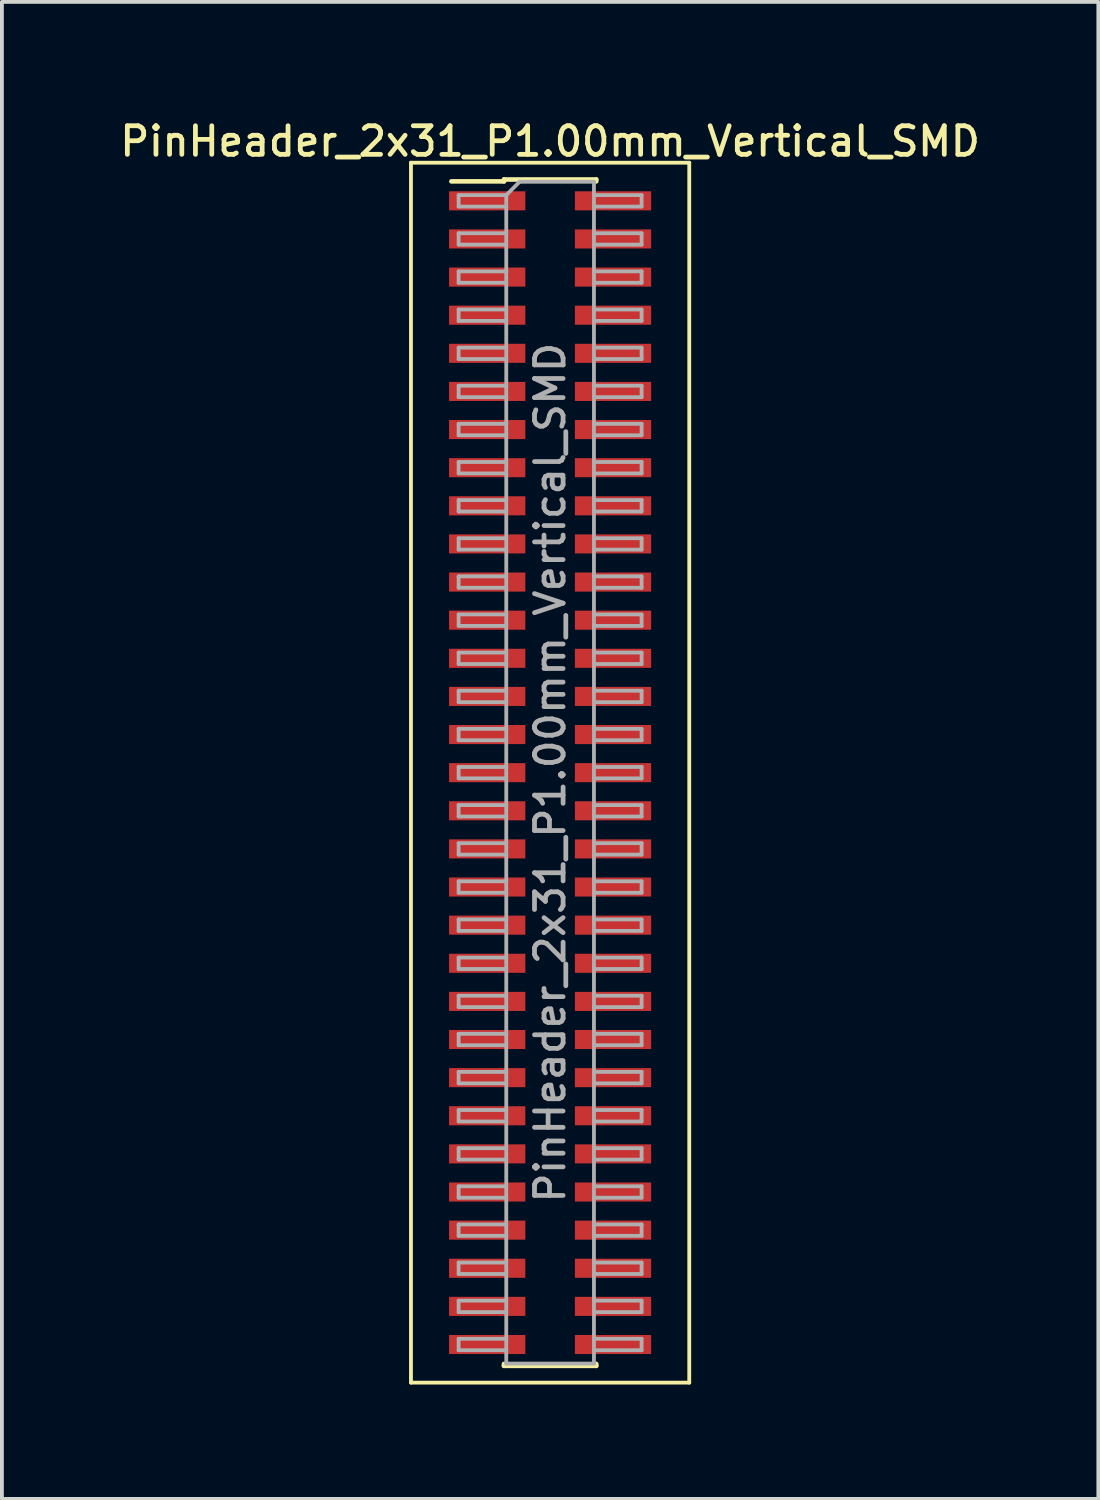
<source format=kicad_pcb>
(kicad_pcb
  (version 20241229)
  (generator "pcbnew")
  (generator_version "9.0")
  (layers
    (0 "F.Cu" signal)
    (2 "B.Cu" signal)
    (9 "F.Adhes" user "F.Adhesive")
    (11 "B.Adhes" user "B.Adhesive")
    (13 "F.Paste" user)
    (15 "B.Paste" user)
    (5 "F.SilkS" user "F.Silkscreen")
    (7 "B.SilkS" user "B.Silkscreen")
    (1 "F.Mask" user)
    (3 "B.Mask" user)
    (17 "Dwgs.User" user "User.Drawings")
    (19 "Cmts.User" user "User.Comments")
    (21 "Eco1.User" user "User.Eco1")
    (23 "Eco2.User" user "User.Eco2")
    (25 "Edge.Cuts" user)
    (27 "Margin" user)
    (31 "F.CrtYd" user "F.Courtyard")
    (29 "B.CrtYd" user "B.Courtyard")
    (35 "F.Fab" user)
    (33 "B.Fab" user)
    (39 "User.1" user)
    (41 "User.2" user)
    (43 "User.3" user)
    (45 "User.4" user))
  (footprint "PinHeader_2x31_P1.00mm_Vertical_SMD"
    (layer "F.Cu")
    (at 11.38 17.218)
    (property "Reference" "PinHeader_2x31_P1.00mm_Vertical_SMD" (at 0 -16.56 0) (layer "F.SilkS") (effects (font (size 0.75 0.75) (thickness 0.125))))
    (attr smd)
    (fp_line (start -3.65 -16) (end -3.65 16) (stroke (width 0.1) (type solid)) (layer "F.SilkS"))
    (fp_line (start -3.65 16) (end 3.65 16) (stroke (width 0.1) (type solid)) (layer "F.SilkS"))
    (fp_line (start -2.59 -15.51) (end -1.21 -15.51) (stroke (width 0.12) (type solid)) (layer "F.SilkS"))
    (fp_line (start -1.21 -15.56) (end -1.21 -15.51) (stroke (width 0.12) (type solid)) (layer "F.SilkS"))
    (fp_line (start -1.21 -15.56) (end 1.21 -15.56) (stroke (width 0.12) (type solid)) (layer "F.SilkS"))
    (fp_line (start -1.21 15.51) (end -1.21 15.56) (stroke (width 0.12) (type solid)) (layer "F.SilkS"))
    (fp_line (start -1.21 15.56) (end 1.21 15.56) (stroke (width 0.12) (type solid)) (layer "F.SilkS"))
    (fp_line (start 1.21 -15.56) (end 1.21 -15.51) (stroke (width 0.12) (type solid)) (layer "F.SilkS"))
    (fp_line (start 1.21 15.51) (end 1.21 15.56) (stroke (width 0.12) (type solid)) (layer "F.SilkS"))
    (fp_line (start 3.65 -16) (end -3.65 -16) (stroke (width 0.1) (type solid)) (layer "F.SilkS"))
    (fp_line (start 3.65 16) (end 3.65 -16) (stroke (width 0.1) (type solid)) (layer "F.SilkS"))
    (fp_line (start -2.4 -15.15) (end -2.4 -14.85) (stroke (width 0.1) (type solid)) (layer "F.Fab"))
    (fp_line (start -2.4 -14.85) (end -1.15 -14.85) (stroke (width 0.1) (type solid)) (layer "F.Fab"))
    (fp_line (start -2.4 -14.15) (end -2.4 -13.85) (stroke (width 0.1) (type solid)) (layer "F.Fab"))
    (fp_line (start -2.4 -13.85) (end -1.15 -13.85) (stroke (width 0.1) (type solid)) (layer "F.Fab"))
    (fp_line (start -2.4 -13.15) (end -2.4 -12.85) (stroke (width 0.1) (type solid)) (layer "F.Fab"))
    (fp_line (start -2.4 -12.85) (end -1.15 -12.85) (stroke (width 0.1) (type solid)) (layer "F.Fab"))
    (fp_line (start -2.4 -12.15) (end -2.4 -11.85) (stroke (width 0.1) (type solid)) (layer "F.Fab"))
    (fp_line (start -2.4 -11.85) (end -1.15 -11.85) (stroke (width 0.1) (type solid)) (layer "F.Fab"))
    (fp_line (start -2.4 -11.15) (end -2.4 -10.85) (stroke (width 0.1) (type solid)) (layer "F.Fab"))
    (fp_line (start -2.4 -10.85) (end -1.15 -10.85) (stroke (width 0.1) (type solid)) (layer "F.Fab"))
    (fp_line (start -2.4 -10.15) (end -2.4 -9.85) (stroke (width 0.1) (type solid)) (layer "F.Fab"))
    (fp_line (start -2.4 -9.85) (end -1.15 -9.85) (stroke (width 0.1) (type solid)) (layer "F.Fab"))
    (fp_line (start -2.4 -9.15) (end -2.4 -8.85) (stroke (width 0.1) (type solid)) (layer "F.Fab"))
    (fp_line (start -2.4 -8.85) (end -1.15 -8.85) (stroke (width 0.1) (type solid)) (layer "F.Fab"))
    (fp_line (start -2.4 -8.15) (end -2.4 -7.85) (stroke (width 0.1) (type solid)) (layer "F.Fab"))
    (fp_line (start -2.4 -7.85) (end -1.15 -7.85) (stroke (width 0.1) (type solid)) (layer "F.Fab"))
    (fp_line (start -2.4 -7.15) (end -2.4 -6.85) (stroke (width 0.1) (type solid)) (layer "F.Fab"))
    (fp_line (start -2.4 -6.85) (end -1.15 -6.85) (stroke (width 0.1) (type solid)) (layer "F.Fab"))
    (fp_line (start -2.4 -6.15) (end -2.4 -5.85) (stroke (width 0.1) (type solid)) (layer "F.Fab"))
    (fp_line (start -2.4 -5.85) (end -1.15 -5.85) (stroke (width 0.1) (type solid)) (layer "F.Fab"))
    (fp_line (start -2.4 -5.15) (end -2.4 -4.85) (stroke (width 0.1) (type solid)) (layer "F.Fab"))
    (fp_line (start -2.4 -4.85) (end -1.15 -4.85) (stroke (width 0.1) (type solid)) (layer "F.Fab"))
    (fp_line (start -2.4 -4.15) (end -2.4 -3.85) (stroke (width 0.1) (type solid)) (layer "F.Fab"))
    (fp_line (start -2.4 -3.85) (end -1.15 -3.85) (stroke (width 0.1) (type solid)) (layer "F.Fab"))
    (fp_line (start -2.4 -3.15) (end -2.4 -2.85) (stroke (width 0.1) (type solid)) (layer "F.Fab"))
    (fp_line (start -2.4 -2.85) (end -1.15 -2.85) (stroke (width 0.1) (type solid)) (layer "F.Fab"))
    (fp_line (start -2.4 -2.15) (end -2.4 -1.85) (stroke (width 0.1) (type solid)) (layer "F.Fab"))
    (fp_line (start -2.4 -1.85) (end -1.15 -1.85) (stroke (width 0.1) (type solid)) (layer "F.Fab"))
    (fp_line (start -2.4 -1.15) (end -2.4 -0.85) (stroke (width 0.1) (type solid)) (layer "F.Fab"))
    (fp_line (start -2.4 -0.85) (end -1.15 -0.85) (stroke (width 0.1) (type solid)) (layer "F.Fab"))
    (fp_line (start -2.4 -0.15) (end -2.4 0.15) (stroke (width 0.1) (type solid)) (layer "F.Fab"))
    (fp_line (start -2.4 0.15) (end -1.15 0.15) (stroke (width 0.1) (type solid)) (layer "F.Fab"))
    (fp_line (start -2.4 0.85) (end -2.4 1.15) (stroke (width 0.1) (type solid)) (layer "F.Fab"))
    (fp_line (start -2.4 1.15) (end -1.15 1.15) (stroke (width 0.1) (type solid)) (layer "F.Fab"))
    (fp_line (start -2.4 1.85) (end -2.4 2.15) (stroke (width 0.1) (type solid)) (layer "F.Fab"))
    (fp_line (start -2.4 2.15) (end -1.15 2.15) (stroke (width 0.1) (type solid)) (layer "F.Fab"))
    (fp_line (start -2.4 2.85) (end -2.4 3.15) (stroke (width 0.1) (type solid)) (layer "F.Fab"))
    (fp_line (start -2.4 3.15) (end -1.15 3.15) (stroke (width 0.1) (type solid)) (layer "F.Fab"))
    (fp_line (start -2.4 3.85) (end -2.4 4.15) (stroke (width 0.1) (type solid)) (layer "F.Fab"))
    (fp_line (start -2.4 4.15) (end -1.15 4.15) (stroke (width 0.1) (type solid)) (layer "F.Fab"))
    (fp_line (start -2.4 4.85) (end -2.4 5.15) (stroke (width 0.1) (type solid)) (layer "F.Fab"))
    (fp_line (start -2.4 5.15) (end -1.15 5.15) (stroke (width 0.1) (type solid)) (layer "F.Fab"))
    (fp_line (start -2.4 5.85) (end -2.4 6.15) (stroke (width 0.1) (type solid)) (layer "F.Fab"))
    (fp_line (start -2.4 6.15) (end -1.15 6.15) (stroke (width 0.1) (type solid)) (layer "F.Fab"))
    (fp_line (start -2.4 6.85) (end -2.4 7.15) (stroke (width 0.1) (type solid)) (layer "F.Fab"))
    (fp_line (start -2.4 7.15) (end -1.15 7.15) (stroke (width 0.1) (type solid)) (layer "F.Fab"))
    (fp_line (start -2.4 7.85) (end -2.4 8.15) (stroke (width 0.1) (type solid)) (layer "F.Fab"))
    (fp_line (start -2.4 8.15) (end -1.15 8.15) (stroke (width 0.1) (type solid)) (layer "F.Fab"))
    (fp_line (start -2.4 8.85) (end -2.4 9.15) (stroke (width 0.1) (type solid)) (layer "F.Fab"))
    (fp_line (start -2.4 9.15) (end -1.15 9.15) (stroke (width 0.1) (type solid)) (layer "F.Fab"))
    (fp_line (start -2.4 9.85) (end -2.4 10.15) (stroke (width 0.1) (type solid)) (layer "F.Fab"))
    (fp_line (start -2.4 10.15) (end -1.15 10.15) (stroke (width 0.1) (type solid)) (layer "F.Fab"))
    (fp_line (start -2.4 10.85) (end -2.4 11.15) (stroke (width 0.1) (type solid)) (layer "F.Fab"))
    (fp_line (start -2.4 11.15) (end -1.15 11.15) (stroke (width 0.1) (type solid)) (layer "F.Fab"))
    (fp_line (start -2.4 11.85) (end -2.4 12.15) (stroke (width 0.1) (type solid)) (layer "F.Fab"))
    (fp_line (start -2.4 12.15) (end -1.15 12.15) (stroke (width 0.1) (type solid)) (layer "F.Fab"))
    (fp_line (start -2.4 12.85) (end -2.4 13.15) (stroke (width 0.1) (type solid)) (layer "F.Fab"))
    (fp_line (start -2.4 13.15) (end -1.15 13.15) (stroke (width 0.1) (type solid)) (layer "F.Fab"))
    (fp_line (start -2.4 13.85) (end -2.4 14.15) (stroke (width 0.1) (type solid)) (layer "F.Fab"))
    (fp_line (start -2.4 14.15) (end -1.15 14.15) (stroke (width 0.1) (type solid)) (layer "F.Fab"))
    (fp_line (start -2.4 14.85) (end -2.4 15.15) (stroke (width 0.1) (type solid)) (layer "F.Fab"))
    (fp_line (start -2.4 15.15) (end -1.15 15.15) (stroke (width 0.1) (type solid)) (layer "F.Fab"))
    (fp_line (start -1.15 -15.15) (end -2.4 -15.15) (stroke (width 0.1) (type solid)) (layer "F.Fab"))
    (fp_line (start -1.15 -15.15) (end -0.8 -15.5) (stroke (width 0.1) (type solid)) (layer "F.Fab"))
    (fp_line (start -1.15 -14.15) (end -2.4 -14.15) (stroke (width 0.1) (type solid)) (layer "F.Fab"))
    (fp_line (start -1.15 -13.15) (end -2.4 -13.15) (stroke (width 0.1) (type solid)) (layer "F.Fab"))
    (fp_line (start -1.15 -12.15) (end -2.4 -12.15) (stroke (width 0.1) (type solid)) (layer "F.Fab"))
    (fp_line (start -1.15 -11.15) (end -2.4 -11.15) (stroke (width 0.1) (type solid)) (layer "F.Fab"))
    (fp_line (start -1.15 -10.15) (end -2.4 -10.15) (stroke (width 0.1) (type solid)) (layer "F.Fab"))
    (fp_line (start -1.15 -9.15) (end -2.4 -9.15) (stroke (width 0.1) (type solid)) (layer "F.Fab"))
    (fp_line (start -1.15 -8.15) (end -2.4 -8.15) (stroke (width 0.1) (type solid)) (layer "F.Fab"))
    (fp_line (start -1.15 -7.15) (end -2.4 -7.15) (stroke (width 0.1) (type solid)) (layer "F.Fab"))
    (fp_line (start -1.15 -6.15) (end -2.4 -6.15) (stroke (width 0.1) (type solid)) (layer "F.Fab"))
    (fp_line (start -1.15 -5.15) (end -2.4 -5.15) (stroke (width 0.1) (type solid)) (layer "F.Fab"))
    (fp_line (start -1.15 -4.15) (end -2.4 -4.15) (stroke (width 0.1) (type solid)) (layer "F.Fab"))
    (fp_line (start -1.15 -3.15) (end -2.4 -3.15) (stroke (width 0.1) (type solid)) (layer "F.Fab"))
    (fp_line (start -1.15 -2.15) (end -2.4 -2.15) (stroke (width 0.1) (type solid)) (layer "F.Fab"))
    (fp_line (start -1.15 -1.15) (end -2.4 -1.15) (stroke (width 0.1) (type solid)) (layer "F.Fab"))
    (fp_line (start -1.15 -0.15) (end -2.4 -0.15) (stroke (width 0.1) (type solid)) (layer "F.Fab"))
    (fp_line (start -1.15 0.85) (end -2.4 0.85) (stroke (width 0.1) (type solid)) (layer "F.Fab"))
    (fp_line (start -1.15 1.85) (end -2.4 1.85) (stroke (width 0.1) (type solid)) (layer "F.Fab"))
    (fp_line (start -1.15 2.85) (end -2.4 2.85) (stroke (width 0.1) (type solid)) (layer "F.Fab"))
    (fp_line (start -1.15 3.85) (end -2.4 3.85) (stroke (width 0.1) (type solid)) (layer "F.Fab"))
    (fp_line (start -1.15 4.85) (end -2.4 4.85) (stroke (width 0.1) (type solid)) (layer "F.Fab"))
    (fp_line (start -1.15 5.85) (end -2.4 5.85) (stroke (width 0.1) (type solid)) (layer "F.Fab"))
    (fp_line (start -1.15 6.85) (end -2.4 6.85) (stroke (width 0.1) (type solid)) (layer "F.Fab"))
    (fp_line (start -1.15 7.85) (end -2.4 7.85) (stroke (width 0.1) (type solid)) (layer "F.Fab"))
    (fp_line (start -1.15 8.85) (end -2.4 8.85) (stroke (width 0.1) (type solid)) (layer "F.Fab"))
    (fp_line (start -1.15 9.85) (end -2.4 9.85) (stroke (width 0.1) (type solid)) (layer "F.Fab"))
    (fp_line (start -1.15 10.85) (end -2.4 10.85) (stroke (width 0.1) (type solid)) (layer "F.Fab"))
    (fp_line (start -1.15 11.85) (end -2.4 11.85) (stroke (width 0.1) (type solid)) (layer "F.Fab"))
    (fp_line (start -1.15 12.85) (end -2.4 12.85) (stroke (width 0.1) (type solid)) (layer "F.Fab"))
    (fp_line (start -1.15 13.85) (end -2.4 13.85) (stroke (width 0.1) (type solid)) (layer "F.Fab"))
    (fp_line (start -1.15 14.85) (end -2.4 14.85) (stroke (width 0.1) (type solid)) (layer "F.Fab"))
    (fp_line (start -1.15 15.5) (end -1.15 -15.15) (stroke (width 0.1) (type solid)) (layer "F.Fab"))
    (fp_line (start -0.8 -15.5) (end 1.15 -15.5) (stroke (width 0.1) (type solid)) (layer "F.Fab"))
    (fp_line (start 1.15 -15.5) (end 1.15 15.5) (stroke (width 0.1) (type solid)) (layer "F.Fab"))
    (fp_line (start 1.15 -15.15) (end 2.4 -15.15) (stroke (width 0.1) (type solid)) (layer "F.Fab"))
    (fp_line (start 1.15 -14.15) (end 2.4 -14.15) (stroke (width 0.1) (type solid)) (layer "F.Fab"))
    (fp_line (start 1.15 -13.15) (end 2.4 -13.15) (stroke (width 0.1) (type solid)) (layer "F.Fab"))
    (fp_line (start 1.15 -12.15) (end 2.4 -12.15) (stroke (width 0.1) (type solid)) (layer "F.Fab"))
    (fp_line (start 1.15 -11.15) (end 2.4 -11.15) (stroke (width 0.1) (type solid)) (layer "F.Fab"))
    (fp_line (start 1.15 -10.15) (end 2.4 -10.15) (stroke (width 0.1) (type solid)) (layer "F.Fab"))
    (fp_line (start 1.15 -9.15) (end 2.4 -9.15) (stroke (width 0.1) (type solid)) (layer "F.Fab"))
    (fp_line (start 1.15 -8.15) (end 2.4 -8.15) (stroke (width 0.1) (type solid)) (layer "F.Fab"))
    (fp_line (start 1.15 -7.15) (end 2.4 -7.15) (stroke (width 0.1) (type solid)) (layer "F.Fab"))
    (fp_line (start 1.15 -6.15) (end 2.4 -6.15) (stroke (width 0.1) (type solid)) (layer "F.Fab"))
    (fp_line (start 1.15 -5.15) (end 2.4 -5.15) (stroke (width 0.1) (type solid)) (layer "F.Fab"))
    (fp_line (start 1.15 -4.15) (end 2.4 -4.15) (stroke (width 0.1) (type solid)) (layer "F.Fab"))
    (fp_line (start 1.15 -3.15) (end 2.4 -3.15) (stroke (width 0.1) (type solid)) (layer "F.Fab"))
    (fp_line (start 1.15 -2.15) (end 2.4 -2.15) (stroke (width 0.1) (type solid)) (layer "F.Fab"))
    (fp_line (start 1.15 -1.15) (end 2.4 -1.15) (stroke (width 0.1) (type solid)) (layer "F.Fab"))
    (fp_line (start 1.15 -0.15) (end 2.4 -0.15) (stroke (width 0.1) (type solid)) (layer "F.Fab"))
    (fp_line (start 1.15 0.85) (end 2.4 0.85) (stroke (width 0.1) (type solid)) (layer "F.Fab"))
    (fp_line (start 1.15 1.85) (end 2.4 1.85) (stroke (width 0.1) (type solid)) (layer "F.Fab"))
    (fp_line (start 1.15 2.85) (end 2.4 2.85) (stroke (width 0.1) (type solid)) (layer "F.Fab"))
    (fp_line (start 1.15 3.85) (end 2.4 3.85) (stroke (width 0.1) (type solid)) (layer "F.Fab"))
    (fp_line (start 1.15 4.85) (end 2.4 4.85) (stroke (width 0.1) (type solid)) (layer "F.Fab"))
    (fp_line (start 1.15 5.85) (end 2.4 5.85) (stroke (width 0.1) (type solid)) (layer "F.Fab"))
    (fp_line (start 1.15 6.85) (end 2.4 6.85) (stroke (width 0.1) (type solid)) (layer "F.Fab"))
    (fp_line (start 1.15 7.85) (end 2.4 7.85) (stroke (width 0.1) (type solid)) (layer "F.Fab"))
    (fp_line (start 1.15 8.85) (end 2.4 8.85) (stroke (width 0.1) (type solid)) (layer "F.Fab"))
    (fp_line (start 1.15 9.85) (end 2.4 9.85) (stroke (width 0.1) (type solid)) (layer "F.Fab"))
    (fp_line (start 1.15 10.85) (end 2.4 10.85) (stroke (width 0.1) (type solid)) (layer "F.Fab"))
    (fp_line (start 1.15 11.85) (end 2.4 11.85) (stroke (width 0.1) (type solid)) (layer "F.Fab"))
    (fp_line (start 1.15 12.85) (end 2.4 12.85) (stroke (width 0.1) (type solid)) (layer "F.Fab"))
    (fp_line (start 1.15 13.85) (end 2.4 13.85) (stroke (width 0.1) (type solid)) (layer "F.Fab"))
    (fp_line (start 1.15 14.85) (end 2.4 14.85) (stroke (width 0.1) (type solid)) (layer "F.Fab"))
    (fp_line (start 1.15 15.5) (end -1.15 15.5) (stroke (width 0.1) (type solid)) (layer "F.Fab"))
    (fp_line (start 2.4 -15.15) (end 2.4 -14.85) (stroke (width 0.1) (type solid)) (layer "F.Fab"))
    (fp_line (start 2.4 -14.85) (end 1.15 -14.85) (stroke (width 0.1) (type solid)) (layer "F.Fab"))
    (fp_line (start 2.4 -14.15) (end 2.4 -13.85) (stroke (width 0.1) (type solid)) (layer "F.Fab"))
    (fp_line (start 2.4 -13.85) (end 1.15 -13.85) (stroke (width 0.1) (type solid)) (layer "F.Fab"))
    (fp_line (start 2.4 -13.15) (end 2.4 -12.85) (stroke (width 0.1) (type solid)) (layer "F.Fab"))
    (fp_line (start 2.4 -12.85) (end 1.15 -12.85) (stroke (width 0.1) (type solid)) (layer "F.Fab"))
    (fp_line (start 2.4 -12.15) (end 2.4 -11.85) (stroke (width 0.1) (type solid)) (layer "F.Fab"))
    (fp_line (start 2.4 -11.85) (end 1.15 -11.85) (stroke (width 0.1) (type solid)) (layer "F.Fab"))
    (fp_line (start 2.4 -11.15) (end 2.4 -10.85) (stroke (width 0.1) (type solid)) (layer "F.Fab"))
    (fp_line (start 2.4 -10.85) (end 1.15 -10.85) (stroke (width 0.1) (type solid)) (layer "F.Fab"))
    (fp_line (start 2.4 -10.15) (end 2.4 -9.85) (stroke (width 0.1) (type solid)) (layer "F.Fab"))
    (fp_line (start 2.4 -9.85) (end 1.15 -9.85) (stroke (width 0.1) (type solid)) (layer "F.Fab"))
    (fp_line (start 2.4 -9.15) (end 2.4 -8.85) (stroke (width 0.1) (type solid)) (layer "F.Fab"))
    (fp_line (start 2.4 -8.85) (end 1.15 -8.85) (stroke (width 0.1) (type solid)) (layer "F.Fab"))
    (fp_line (start 2.4 -8.15) (end 2.4 -7.85) (stroke (width 0.1) (type solid)) (layer "F.Fab"))
    (fp_line (start 2.4 -7.85) (end 1.15 -7.85) (stroke (width 0.1) (type solid)) (layer "F.Fab"))
    (fp_line (start 2.4 -7.15) (end 2.4 -6.85) (stroke (width 0.1) (type solid)) (layer "F.Fab"))
    (fp_line (start 2.4 -6.85) (end 1.15 -6.85) (stroke (width 0.1) (type solid)) (layer "F.Fab"))
    (fp_line (start 2.4 -6.15) (end 2.4 -5.85) (stroke (width 0.1) (type solid)) (layer "F.Fab"))
    (fp_line (start 2.4 -5.85) (end 1.15 -5.85) (stroke (width 0.1) (type solid)) (layer "F.Fab"))
    (fp_line (start 2.4 -5.15) (end 2.4 -4.85) (stroke (width 0.1) (type solid)) (layer "F.Fab"))
    (fp_line (start 2.4 -4.85) (end 1.15 -4.85) (stroke (width 0.1) (type solid)) (layer "F.Fab"))
    (fp_line (start 2.4 -4.15) (end 2.4 -3.85) (stroke (width 0.1) (type solid)) (layer "F.Fab"))
    (fp_line (start 2.4 -3.85) (end 1.15 -3.85) (stroke (width 0.1) (type solid)) (layer "F.Fab"))
    (fp_line (start 2.4 -3.15) (end 2.4 -2.85) (stroke (width 0.1) (type solid)) (layer "F.Fab"))
    (fp_line (start 2.4 -2.85) (end 1.15 -2.85) (stroke (width 0.1) (type solid)) (layer "F.Fab"))
    (fp_line (start 2.4 -2.15) (end 2.4 -1.85) (stroke (width 0.1) (type solid)) (layer "F.Fab"))
    (fp_line (start 2.4 -1.85) (end 1.15 -1.85) (stroke (width 0.1) (type solid)) (layer "F.Fab"))
    (fp_line (start 2.4 -1.15) (end 2.4 -0.85) (stroke (width 0.1) (type solid)) (layer "F.Fab"))
    (fp_line (start 2.4 -0.85) (end 1.15 -0.85) (stroke (width 0.1) (type solid)) (layer "F.Fab"))
    (fp_line (start 2.4 -0.15) (end 2.4 0.15) (stroke (width 0.1) (type solid)) (layer "F.Fab"))
    (fp_line (start 2.4 0.15) (end 1.15 0.15) (stroke (width 0.1) (type solid)) (layer "F.Fab"))
    (fp_line (start 2.4 0.85) (end 2.4 1.15) (stroke (width 0.1) (type solid)) (layer "F.Fab"))
    (fp_line (start 2.4 1.15) (end 1.15 1.15) (stroke (width 0.1) (type solid)) (layer "F.Fab"))
    (fp_line (start 2.4 1.85) (end 2.4 2.15) (stroke (width 0.1) (type solid)) (layer "F.Fab"))
    (fp_line (start 2.4 2.15) (end 1.15 2.15) (stroke (width 0.1) (type solid)) (layer "F.Fab"))
    (fp_line (start 2.4 2.85) (end 2.4 3.15) (stroke (width 0.1) (type solid)) (layer "F.Fab"))
    (fp_line (start 2.4 3.15) (end 1.15 3.15) (stroke (width 0.1) (type solid)) (layer "F.Fab"))
    (fp_line (start 2.4 3.85) (end 2.4 4.15) (stroke (width 0.1) (type solid)) (layer "F.Fab"))
    (fp_line (start 2.4 4.15) (end 1.15 4.15) (stroke (width 0.1) (type solid)) (layer "F.Fab"))
    (fp_line (start 2.4 4.85) (end 2.4 5.15) (stroke (width 0.1) (type solid)) (layer "F.Fab"))
    (fp_line (start 2.4 5.15) (end 1.15 5.15) (stroke (width 0.1) (type solid)) (layer "F.Fab"))
    (fp_line (start 2.4 5.85) (end 2.4 6.15) (stroke (width 0.1) (type solid)) (layer "F.Fab"))
    (fp_line (start 2.4 6.15) (end 1.15 6.15) (stroke (width 0.1) (type solid)) (layer "F.Fab"))
    (fp_line (start 2.4 6.85) (end 2.4 7.15) (stroke (width 0.1) (type solid)) (layer "F.Fab"))
    (fp_line (start 2.4 7.15) (end 1.15 7.15) (stroke (width 0.1) (type solid)) (layer "F.Fab"))
    (fp_line (start 2.4 7.85) (end 2.4 8.15) (stroke (width 0.1) (type solid)) (layer "F.Fab"))
    (fp_line (start 2.4 8.15) (end 1.15 8.15) (stroke (width 0.1) (type solid)) (layer "F.Fab"))
    (fp_line (start 2.4 8.85) (end 2.4 9.15) (stroke (width 0.1) (type solid)) (layer "F.Fab"))
    (fp_line (start 2.4 9.15) (end 1.15 9.15) (stroke (width 0.1) (type solid)) (layer "F.Fab"))
    (fp_line (start 2.4 9.85) (end 2.4 10.15) (stroke (width 0.1) (type solid)) (layer "F.Fab"))
    (fp_line (start 2.4 10.15) (end 1.15 10.15) (stroke (width 0.1) (type solid)) (layer "F.Fab"))
    (fp_line (start 2.4 10.85) (end 2.4 11.15) (stroke (width 0.1) (type solid)) (layer "F.Fab"))
    (fp_line (start 2.4 11.15) (end 1.15 11.15) (stroke (width 0.1) (type solid)) (layer "F.Fab"))
    (fp_line (start 2.4 11.85) (end 2.4 12.15) (stroke (width 0.1) (type solid)) (layer "F.Fab"))
    (fp_line (start 2.4 12.15) (end 1.15 12.15) (stroke (width 0.1) (type solid)) (layer "F.Fab"))
    (fp_line (start 2.4 12.85) (end 2.4 13.15) (stroke (width 0.1) (type solid)) (layer "F.Fab"))
    (fp_line (start 2.4 13.15) (end 1.15 13.15) (stroke (width 0.1) (type solid)) (layer "F.Fab"))
    (fp_line (start 2.4 13.85) (end 2.4 14.15) (stroke (width 0.1) (type solid)) (layer "F.Fab"))
    (fp_line (start 2.4 14.15) (end 1.15 14.15) (stroke (width 0.1) (type solid)) (layer "F.Fab"))
    (fp_line (start 2.4 14.85) (end 2.4 15.15) (stroke (width 0.1) (type solid)) (layer "F.Fab"))
    (fp_line (start 2.4 15.15) (end 1.15 15.15) (stroke (width 0.1) (type solid)) (layer "F.Fab"))
    (fp_text user "${REFERENCE}" (at 0 0 90) (layer "F.Fab") (effects (font (size 0.75 0.75) (thickness 0.125))))
    (pad "1" smd rect (at -1.65 -15) (size 2 0.5) (layers "F.Cu" "F.Mask" "F.Paste"))
    (pad "2" smd rect (at 1.65 -15) (size 2 0.5) (layers "F.Cu" "F.Mask" "F.Paste"))
    (pad "3" smd rect (at -1.65 -14) (size 2 0.5) (layers "F.Cu" "F.Mask" "F.Paste"))
    (pad "4" smd rect (at 1.65 -14) (size 2 0.5) (layers "F.Cu" "F.Mask" "F.Paste"))
    (pad "5" smd rect (at -1.65 -13) (size 2 0.5) (layers "F.Cu" "F.Mask" "F.Paste"))
    (pad "6" smd rect (at 1.65 -13) (size 2 0.5) (layers "F.Cu" "F.Mask" "F.Paste"))
    (pad "7" smd rect (at -1.65 -12) (size 2 0.5) (layers "F.Cu" "F.Mask" "F.Paste"))
    (pad "8" smd rect (at 1.65 -12) (size 2 0.5) (layers "F.Cu" "F.Mask" "F.Paste"))
    (pad "9" smd rect (at -1.65 -11) (size 2 0.5) (layers "F.Cu" "F.Mask" "F.Paste"))
    (pad "10" smd rect (at 1.65 -11) (size 2 0.5) (layers "F.Cu" "F.Mask" "F.Paste"))
    (pad "11" smd rect (at -1.65 -10) (size 2 0.5) (layers "F.Cu" "F.Mask" "F.Paste"))
    (pad "12" smd rect (at 1.65 -10) (size 2 0.5) (layers "F.Cu" "F.Mask" "F.Paste"))
    (pad "13" smd rect (at -1.65 -9) (size 2 0.5) (layers "F.Cu" "F.Mask" "F.Paste"))
    (pad "14" smd rect (at 1.65 -9) (size 2 0.5) (layers "F.Cu" "F.Mask" "F.Paste"))
    (pad "15" smd rect (at -1.65 -8) (size 2 0.5) (layers "F.Cu" "F.Mask" "F.Paste"))
    (pad "16" smd rect (at 1.65 -8) (size 2 0.5) (layers "F.Cu" "F.Mask" "F.Paste"))
    (pad "17" smd rect (at -1.65 -7) (size 2 0.5) (layers "F.Cu" "F.Mask" "F.Paste"))
    (pad "18" smd rect (at 1.65 -7) (size 2 0.5) (layers "F.Cu" "F.Mask" "F.Paste"))
    (pad "19" smd rect (at -1.65 -6) (size 2 0.5) (layers "F.Cu" "F.Mask" "F.Paste"))
    (pad "20" smd rect (at 1.65 -6) (size 2 0.5) (layers "F.Cu" "F.Mask" "F.Paste"))
    (pad "21" smd rect (at -1.65 -5) (size 2 0.5) (layers "F.Cu" "F.Mask" "F.Paste"))
    (pad "22" smd rect (at 1.65 -5) (size 2 0.5) (layers "F.Cu" "F.Mask" "F.Paste"))
    (pad "23" smd rect (at -1.65 -4) (size 2 0.5) (layers "F.Cu" "F.Mask" "F.Paste"))
    (pad "24" smd rect (at 1.65 -4) (size 2 0.5) (layers "F.Cu" "F.Mask" "F.Paste"))
    (pad "25" smd rect (at -1.65 -3) (size 2 0.5) (layers "F.Cu" "F.Mask" "F.Paste"))
    (pad "26" smd rect (at 1.65 -3) (size 2 0.5) (layers "F.Cu" "F.Mask" "F.Paste"))
    (pad "27" smd rect (at -1.65 -2) (size 2 0.5) (layers "F.Cu" "F.Mask" "F.Paste"))
    (pad "28" smd rect (at 1.65 -2) (size 2 0.5) (layers "F.Cu" "F.Mask" "F.Paste"))
    (pad "29" smd rect (at -1.65 -1) (size 2 0.5) (layers "F.Cu" "F.Mask" "F.Paste"))
    (pad "30" smd rect (at 1.65 -1) (size 2 0.5) (layers "F.Cu" "F.Mask" "F.Paste"))
    (pad "31" smd rect (at -1.65 0) (size 2 0.5) (layers "F.Cu" "F.Mask" "F.Paste"))
    (pad "32" smd rect (at 1.65 0) (size 2 0.5) (layers "F.Cu" "F.Mask" "F.Paste"))
    (pad "33" smd rect (at -1.65 1) (size 2 0.5) (layers "F.Cu" "F.Mask" "F.Paste"))
    (pad "34" smd rect (at 1.65 1) (size 2 0.5) (layers "F.Cu" "F.Mask" "F.Paste"))
    (pad "35" smd rect (at -1.65 2) (size 2 0.5) (layers "F.Cu" "F.Mask" "F.Paste"))
    (pad "36" smd rect (at 1.65 2) (size 2 0.5) (layers "F.Cu" "F.Mask" "F.Paste"))
    (pad "37" smd rect (at -1.65 3) (size 2 0.5) (layers "F.Cu" "F.Mask" "F.Paste"))
    (pad "38" smd rect (at 1.65 3) (size 2 0.5) (layers "F.Cu" "F.Mask" "F.Paste"))
    (pad "39" smd rect (at -1.65 4) (size 2 0.5) (layers "F.Cu" "F.Mask" "F.Paste"))
    (pad "40" smd rect (at 1.65 4) (size 2 0.5) (layers "F.Cu" "F.Mask" "F.Paste"))
    (pad "41" smd rect (at -1.65 5) (size 2 0.5) (layers "F.Cu" "F.Mask" "F.Paste"))
    (pad "42" smd rect (at 1.65 5) (size 2 0.5) (layers "F.Cu" "F.Mask" "F.Paste"))
    (pad "43" smd rect (at -1.65 6) (size 2 0.5) (layers "F.Cu" "F.Mask" "F.Paste"))
    (pad "44" smd rect (at 1.65 6) (size 2 0.5) (layers "F.Cu" "F.Mask" "F.Paste"))
    (pad "45" smd rect (at -1.65 7) (size 2 0.5) (layers "F.Cu" "F.Mask" "F.Paste"))
    (pad "46" smd rect (at 1.65 7) (size 2 0.5) (layers "F.Cu" "F.Mask" "F.Paste"))
    (pad "47" smd rect (at -1.65 8) (size 2 0.5) (layers "F.Cu" "F.Mask" "F.Paste"))
    (pad "48" smd rect (at 1.65 8) (size 2 0.5) (layers "F.Cu" "F.Mask" "F.Paste"))
    (pad "49" smd rect (at -1.65 9) (size 2 0.5) (layers "F.Cu" "F.Mask" "F.Paste"))
    (pad "50" smd rect (at 1.65 9) (size 2 0.5) (layers "F.Cu" "F.Mask" "F.Paste"))
    (pad "51" smd rect (at -1.65 10) (size 2 0.5) (layers "F.Cu" "F.Mask" "F.Paste"))
    (pad "52" smd rect (at 1.65 10) (size 2 0.5) (layers "F.Cu" "F.Mask" "F.Paste"))
    (pad "53" smd rect (at -1.65 11) (size 2 0.5) (layers "F.Cu" "F.Mask" "F.Paste"))
    (pad "54" smd rect (at 1.65 11) (size 2 0.5) (layers "F.Cu" "F.Mask" "F.Paste"))
    (pad "55" smd rect (at -1.65 12) (size 2 0.5) (layers "F.Cu" "F.Mask" "F.Paste"))
    (pad "56" smd rect (at 1.65 12) (size 2 0.5) (layers "F.Cu" "F.Mask" "F.Paste"))
    (pad "57" smd rect (at -1.65 13) (size 2 0.5) (layers "F.Cu" "F.Mask" "F.Paste"))
    (pad "58" smd rect (at 1.65 13) (size 2 0.5) (layers "F.Cu" "F.Mask" "F.Paste"))
    (pad "59" smd rect (at -1.65 14) (size 2 0.5) (layers "F.Cu" "F.Mask" "F.Paste"))
    (pad "60" smd rect (at 1.65 14) (size 2 0.5) (layers "F.Cu" "F.Mask" "F.Paste"))
    (pad "61" smd rect (at -1.65 15) (size 2 0.5) (layers "F.Cu" "F.Mask" "F.Paste"))
    (pad "62" smd rect (at 1.65 15) (size 2 0.5) (layers "F.Cu" "F.Mask" "F.Paste")))
  (gr_rect
    (start -3 -3)
    (end 25.761 36.268)
    (stroke (width 0.1) (type default))
    (fill no)
    (layer "Edge.Cuts")))
</source>
